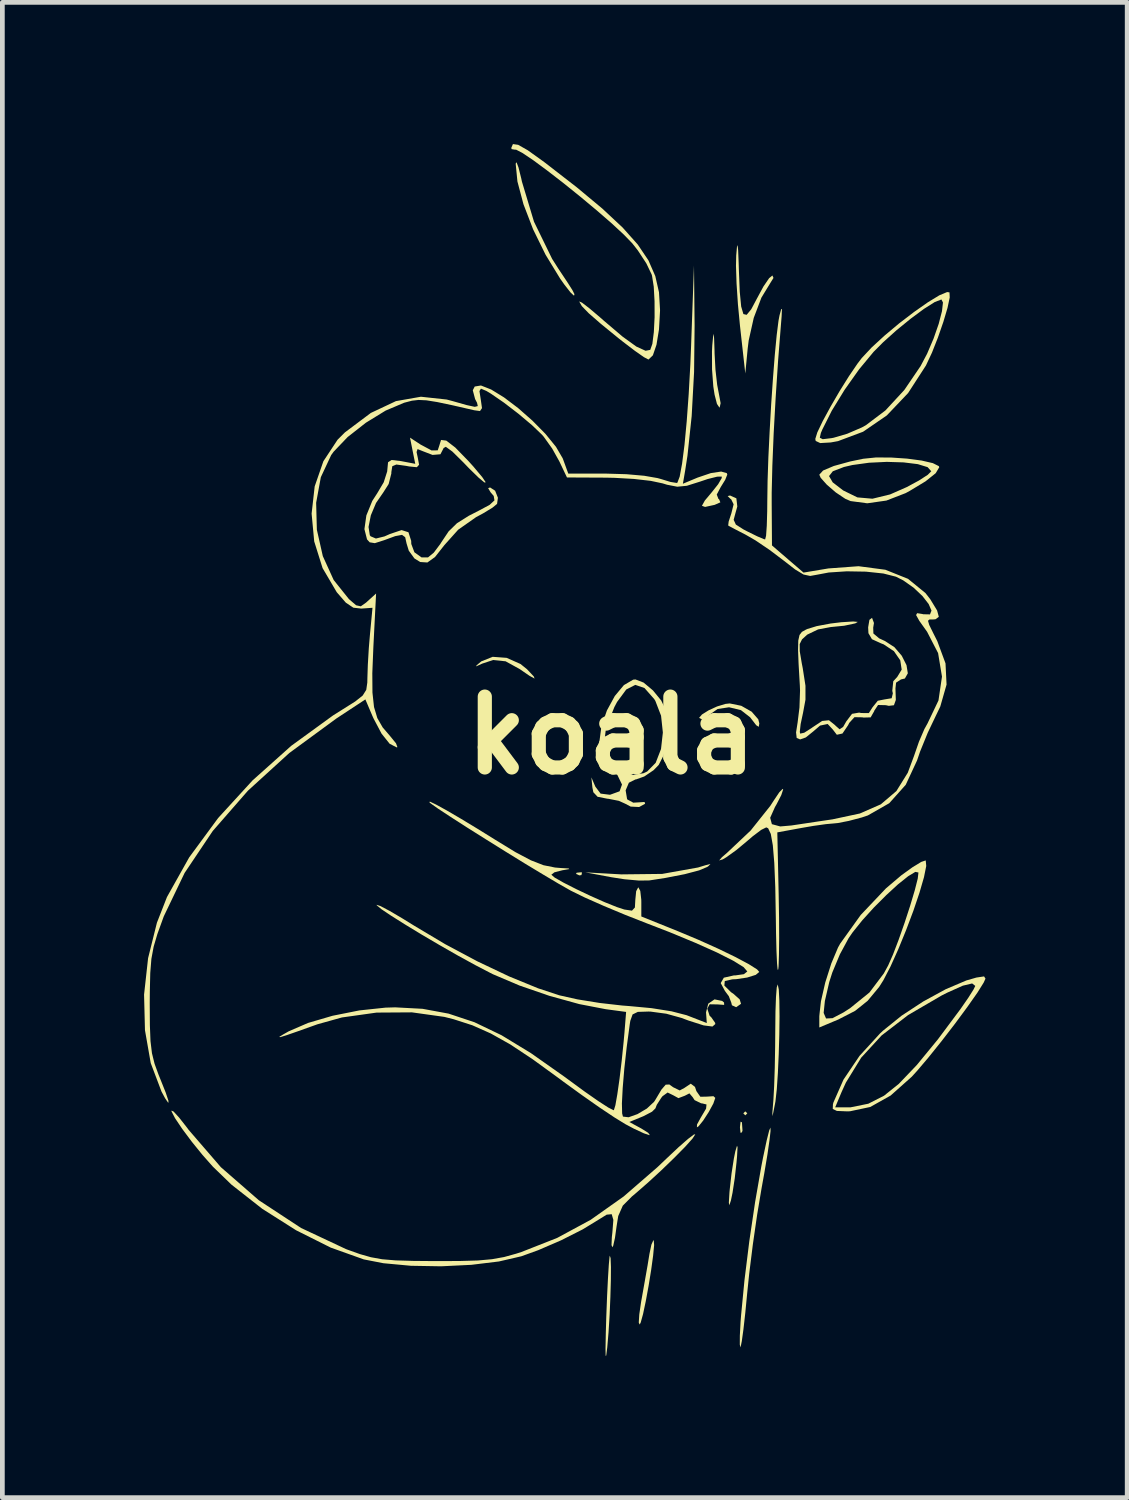
<source format=kicad_pcb>
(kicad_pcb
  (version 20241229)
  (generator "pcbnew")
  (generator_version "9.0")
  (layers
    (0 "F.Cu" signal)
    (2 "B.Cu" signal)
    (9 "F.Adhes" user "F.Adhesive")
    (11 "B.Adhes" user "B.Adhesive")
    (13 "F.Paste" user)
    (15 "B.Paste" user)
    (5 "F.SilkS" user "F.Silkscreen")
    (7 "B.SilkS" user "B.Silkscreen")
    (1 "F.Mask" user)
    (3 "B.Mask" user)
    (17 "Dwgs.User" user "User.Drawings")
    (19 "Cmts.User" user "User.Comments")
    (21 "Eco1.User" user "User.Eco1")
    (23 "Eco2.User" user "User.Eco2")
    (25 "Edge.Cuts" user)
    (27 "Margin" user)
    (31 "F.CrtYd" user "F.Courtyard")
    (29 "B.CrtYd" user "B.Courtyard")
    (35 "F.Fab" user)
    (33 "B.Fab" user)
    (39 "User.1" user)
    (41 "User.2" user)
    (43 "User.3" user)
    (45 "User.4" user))
  (footprint "koala"
    (layer "F.Cu")
    (at 9.892 12.519)
    (property "Reference" "koala" (at 0 0 0) (layer "F.SilkS") (effects (font (size 1.5 1.5) (thickness 0.3))))
    (attr board_only exclude_from_pos_files exclude_from_bom)
    (fp_poly (pts (xy 2.879 8.001) (xy 2.836 8.043) (xy 2.794 8.001) (xy 2.836 7.959)) (stroke (width 0) (type solid)) (fill yes) (layer "F.SilkS"))
    (fp_poly (pts (xy -0.621 2.907) (xy -0.633 2.957) (xy -0.677 2.963) (xy -0.747 2.932) (xy -0.734 2.907) (xy -0.633 2.897)) (stroke (width 0) (type solid)) (fill yes) (layer "F.SilkS"))
    (fp_poly (pts (xy 2.765 8.191) (xy 2.777 8.365) (xy 2.765 8.403) (xy 2.735 8.414) (xy 2.723 8.297) (xy 2.736 8.177)) (stroke (width 0) (type solid)) (fill yes) (layer "F.SilkS"))
    (fp_poly (pts (xy -2.216 -1.642) (xy -1.923 -1.512) (xy -1.784 -1.4) (xy -1.642 -1.249) (xy -1.625 -1.203) (xy -1.734 -1.263) (xy -1.939 -1.404) (xy -2.238 -1.569) (xy -2.503 -1.596) (xy -2.736 -1.519) (xy -2.863 -1.461) (xy -2.851 -1.486) (xy -2.752 -1.568) (xy -2.511 -1.664)) (stroke (width 0) (type solid)) (fill yes) (layer "F.SilkS"))
    (fp_poly (pts (xy 2.672 8.719) (xy 2.662 8.908) (xy 2.65 9.041) (xy 2.613 9.375) (xy 2.566 9.682) (xy 2.532 9.845) (xy 2.498 9.947) (xy 2.488 9.892) (xy 2.501 9.675) (xy 2.507 9.61) (xy 2.545 9.274) (xy 2.594 8.959) (xy 2.625 8.805) (xy 2.661 8.687)) (stroke (width 0) (type solid)) (fill yes) (layer "F.SilkS"))
    (fp_poly (pts (xy 2.058 2.765) (xy 2.032 2.784) (xy 1.859 2.857) (xy 1.552 2.938) (xy 1.146 3.017) (xy 0.804 3.07) (xy 0.586 3.073) (xy 0.277 3.045) (xy 0 3.002) (xy -0.55 2.899) (xy 0.213 2.942) (xy 1.077 2.932) (xy 1.837 2.796) (xy 1.99 2.749) (xy 2.098 2.721)) (stroke (width 0) (type solid)) (fill yes) (layer "F.SilkS"))
    (fp_poly (pts (xy -0.015 11.068) (xy -0.008 11.255) (xy -0.01 11.541) (xy -0.02 11.89) (xy -0.036 12.267) (xy -0.059 12.636) (xy -0.086 12.954) (xy -0.108 13.128) (xy -0.12 13.136) (xy -0.123 12.98) (xy -0.117 12.661) (xy -0.107 12.319) (xy -0.09 11.874) (xy -0.071 11.492) (xy -0.053 11.204) (xy -0.038 11.04) (xy -0.032 11.014)) (stroke (width 0) (type solid)) (fill yes) (layer "F.SilkS"))
    (fp_poly (pts (xy 2.176 -8.402) (xy 2.185 -8.143) (xy 2.186 -8.085) (xy 2.205 -7.739) (xy 2.241 -7.421) (xy 2.28 -7.217) (xy 2.314 -7.034) (xy 2.294 -6.944) (xy 2.286 -6.943) (xy 2.236 -7.019) (xy 2.186 -7.214) (xy 2.159 -7.387) (xy 2.132 -7.75) (xy 2.131 -8.132) (xy 2.137 -8.255) (xy 2.155 -8.45) (xy 2.167 -8.502)) (stroke (width 0) (type solid)) (fill yes) (layer "F.SilkS"))
    (fp_poly (pts (xy 0.898 10.691) (xy 0.906 10.791) (xy 0.885 11.012) (xy 0.844 11.312) (xy 0.79 11.647) (xy 0.73 11.974) (xy 0.672 12.249) (xy 0.622 12.429) (xy 0.6 12.472) (xy 0.581 12.431) (xy 0.592 12.258) (xy 0.631 11.989) (xy 0.643 11.923) (xy 0.707 11.563) (xy 0.767 11.222) (xy 0.807 10.977) (xy 0.848 10.781) (xy 0.888 10.691)) (stroke (width 0) (type solid)) (fill yes) (layer "F.SilkS"))
    (fp_poly (pts (xy -1.965 -12.023) (xy -1.907 -11.792) (xy -1.893 -11.726) (xy -1.637 -10.875) (xy -1.253 -10.088) (xy -1.12 -9.879) (xy -0.932 -9.597) (xy -0.824 -9.427) (xy -0.781 -9.342) (xy -0.787 -9.314) (xy -0.795 -9.313) (xy -0.863 -9.377) (xy -0.991 -9.54) (xy -1.085 -9.673) (xy -1.392 -10.176) (xy -1.656 -10.714) (xy -1.86 -11.245) (xy -1.988 -11.727) (xy -2.025 -12.104) (xy -2.007 -12.135)) (stroke (width 0) (type solid)) (fill yes) (layer "F.SilkS"))
    (fp_poly (pts (xy 2.751 -0.627) (xy 2.971 -0.502) (xy 3.111 -0.341) (xy 3.133 -0.254) (xy 3.121 -0.182) (xy 3.068 -0.215) (xy 2.948 -0.371) (xy 2.938 -0.384) (xy 2.744 -0.535) (xy 2.492 -0.596) (xy 2.249 -0.559) (xy 2.117 -0.466) (xy 1.984 -0.36) (xy 1.916 -0.341) (xy 1.858 -0.372) (xy 1.919 -0.443) (xy 2.058 -0.53) (xy 2.238 -0.613) (xy 2.417 -0.667) (xy 2.507 -0.677)) (stroke (width 0) (type solid)) (fill yes) (layer "F.SilkS"))
    (fp_poly (pts (xy 3.523 5.273) (xy 3.545 5.378) (xy 3.557 5.615) (xy 3.561 5.948) (xy 3.556 6.339) (xy 3.544 6.751) (xy 3.526 7.147) (xy 3.503 7.49) (xy 3.475 7.744) (xy 3.467 7.789) (xy 3.426 7.998) (xy 3.408 8.061) (xy 3.411 7.97) (xy 3.431 7.718) (xy 3.432 7.705) (xy 3.447 7.427) (xy 3.46 7.037) (xy 3.468 6.59) (xy 3.471 6.23) (xy 3.475 5.845) (xy 3.486 5.537) (xy 3.502 5.336) (xy 3.522 5.272)) (stroke (width 0) (type solid)) (fill yes) (layer "F.SilkS"))
    (fp_poly (pts (xy 2.685 -10.268) (xy 2.696 -9.996) (xy 2.7 -9.864) (xy 2.719 -9.392) (xy 2.749 -9.08) (xy 2.796 -8.92) (xy 2.865 -8.904) (xy 2.962 -9.022) (xy 3.086 -9.255) (xy 3.221 -9.505) (xy 3.34 -9.679) (xy 3.41 -9.737) (xy 3.433 -9.685) (xy 3.373 -9.589) (xy 3.178 -9.269) (xy 3.015 -8.839) (xy 2.908 -8.36) (xy 2.887 -8.191) (xy 2.836 -7.662) (xy 2.723 -8.678) (xy 2.68 -9.129) (xy 2.651 -9.568) (xy 2.639 -9.941) (xy 2.644 -10.16) (xy 2.66 -10.343) (xy 2.673 -10.381)) (stroke (width 0) (type solid)) (fill yes) (layer "F.SilkS"))
    (fp_poly (pts (xy 3.371 8.374) (xy 3.349 8.567) (xy 3.305 8.872) (xy 3.237 9.276) (xy 3.18 9.591) (xy 3.087 10.147) (xy 2.996 10.777) (xy 2.919 11.395) (xy 2.876 11.811) (xy 2.836 12.225) (xy 2.797 12.574) (xy 2.762 12.826) (xy 2.737 12.948) (xy 2.734 12.954) (xy 2.72 12.896) (xy 2.721 12.705) (xy 2.736 12.417) (xy 2.747 12.277) (xy 2.819 11.533) (xy 2.921 10.708) (xy 3.044 9.879) (xy 3.176 9.121) (xy 3.213 8.932) (xy 3.29 8.57) (xy 3.342 8.364) (xy 3.369 8.302)) (stroke (width 0) (type solid)) (fill yes) (layer "F.SilkS"))
    (fp_poly (pts (xy 5.923 -5.883) (xy 6.26 -5.86) (xy 6.569 -5.819) (xy 6.807 -5.764) (xy 6.933 -5.701) (xy 6.943 -5.678) (xy 6.867 -5.551) (xy 6.652 -5.379) (xy 6.318 -5.177) (xy 6.232 -5.13) (xy 5.824 -4.972) (xy 5.418 -4.914) (xy 5.065 -4.961) (xy 4.953 -5.009) (xy 4.752 -5.144) (xy 4.562 -5.308) (xy 4.432 -5.454) (xy 4.416 -5.49) (xy 4.609 -5.49) (xy 4.687 -5.357) (xy 4.909 -5.186) (xy 5.209 -5.039) (xy 5.528 -5.011) (xy 5.902 -5.102) (xy 6.252 -5.256) (xy 6.512 -5.396) (xy 6.699 -5.517) (xy 6.773 -5.592) (xy 6.773 -5.593) (xy 6.696 -5.679) (xy 6.488 -5.743) (xy 6.187 -5.78) (xy 5.831 -5.791) (xy 5.457 -5.773) (xy 5.103 -5.724) (xy 4.926 -5.683) (xy 4.689 -5.592) (xy 4.609 -5.49) (xy 4.416 -5.49) (xy 4.403 -5.52) (xy 4.483 -5.608) (xy 4.71 -5.704) (xy 5.059 -5.8) (xy 5.334 -5.857) (xy 5.6 -5.884)) (stroke (width 0) (type solid)) (fill yes) (layer "F.SilkS"))
    (fp_poly (pts (xy 7.921 5.149) (xy 7.882 5.235) (xy 7.75 5.446) (xy 7.538 5.748) (xy 7.276 6.103) (xy 6.991 6.473) (xy 6.713 6.819) (xy 6.471 7.104) (xy 6.361 7.225) (xy 5.913 7.624) (xy 5.482 7.866) (xy 5.053 7.957) (xy 4.993 7.959) (xy 4.775 7.95) (xy 4.688 7.908) (xy 4.689 7.874) (xy 4.739 7.874) (xy 5.062 7.874) (xy 5.441 7.797) (xy 5.773 7.628) (xy 6.086 7.377) (xy 6.468 6.977) (xy 6.913 6.435) (xy 7.394 5.79) (xy 7.556 5.556) (xy 7.668 5.379) (xy 7.705 5.303) (xy 7.639 5.251) (xy 7.442 5.298) (xy 7.112 5.446) (xy 6.995 5.505) (xy 6.285 5.919) (xy 5.723 6.351) (xy 5.29 6.822) (xy 4.965 7.351) (xy 4.872 7.556) (xy 4.739 7.874) (xy 4.689 7.874) (xy 4.692 7.807) (xy 4.703 7.768) (xy 4.915 7.287) (xy 5.254 6.785) (xy 5.69 6.308) (xy 5.749 6.253) (xy 6.143 5.935) (xy 6.603 5.633) (xy 7.078 5.374) (xy 7.515 5.188) (xy 7.73 5.126) (xy 7.891 5.102)) (stroke (width 0) (type solid)) (fill yes) (layer "F.SilkS"))
    (fp_poly (pts (xy 6.656 2.649) (xy 6.667 2.764) (xy 6.619 3.002) (xy 6.524 3.329) (xy 6.394 3.714) (xy 6.24 4.123) (xy 6.075 4.527) (xy 5.911 4.891) (xy 5.759 5.184) (xy 5.669 5.326) (xy 5.426 5.619) (xy 5.16 5.832) (xy 4.806 6.014) (xy 4.72 6.05) (xy 4.403 6.183) (xy 4.403 5.946) (xy 4.41 5.875) (xy 4.495 5.875) (xy 4.546 5.993) (xy 4.683 5.986) (xy 4.914 5.865) (xy 5.053 5.776) (xy 5.464 5.443) (xy 5.768 5.04) (xy 5.862 4.868) (xy 5.963 4.639) (xy 6.083 4.325) (xy 6.209 3.966) (xy 6.327 3.604) (xy 6.424 3.279) (xy 6.487 3.031) (xy 6.502 2.902) (xy 6.436 2.889) (xy 6.284 2.981) (xy 6.07 3.152) (xy 5.821 3.381) (xy 5.561 3.641) (xy 5.316 3.911) (xy 5.11 4.167) (xy 5.024 4.292) (xy 4.839 4.634) (xy 4.678 5.02) (xy 4.614 5.221) (xy 4.521 5.622) (xy 4.495 5.875) (xy 4.41 5.875) (xy 4.438 5.628) (xy 4.529 5.231) (xy 4.657 4.828) (xy 4.799 4.491) (xy 4.845 4.408) (xy 5.28 3.801) (xy 5.815 3.237) (xy 6.138 2.963) (xy 6.376 2.791) (xy 6.561 2.678) (xy 6.654 2.647)) (stroke (width 0) (type solid)) (fill yes) (layer "F.SilkS"))
    (fp_poly (pts (xy -1.972 -12.503) (xy -1.769 -12.388) (xy -1.458 -12.165) (xy -1.409 -12.129) (xy -0.732 -11.604) (xy -0.187 -11.15) (xy 0.239 -10.752) (xy 0.559 -10.393) (xy 0.786 -10.056) (xy 0.931 -9.724) (xy 1.009 -9.382) (xy 1.031 -9.013) (xy 1.031 -8.987) (xy 1.009 -8.594) (xy 0.956 -8.27) (xy 0.88 -8.047) (xy 0.789 -7.959) (xy 0.783 -7.959) (xy 0.69 -8.008) (xy 0.501 -8.14) (xy 0.252 -8.33) (xy 0.159 -8.403) (xy -0.221 -8.713) (xy -0.478 -8.937) (xy -0.625 -9.089) (xy -0.677 -9.18) (xy -0.677 -9.187) (xy -0.62 -9.161) (xy -0.466 -9.043) (xy -0.245 -8.856) (xy -0.154 -8.776) (xy 0.239 -8.442) (xy 0.53 -8.232) (xy 0.725 -8.143) (xy 0.824 -8.162) (xy 0.869 -8.29) (xy 0.9 -8.538) (xy 0.916 -8.855) (xy 0.915 -9.193) (xy 0.898 -9.5) (xy 0.862 -9.729) (xy 0.853 -9.76) (xy 0.741 -9.993) (xy 0.561 -10.268) (xy 0.444 -10.417) (xy 0.266 -10.601) (xy 0.007 -10.841) (xy -0.31 -11.116) (xy -0.659 -11.407) (xy -1.015 -11.694) (xy -1.354 -11.956) (xy -1.65 -12.175) (xy -1.879 -12.329) (xy -2.015 -12.4) (xy -2.038 -12.4) (xy -2.112 -12.412) (xy -2.117 -12.441) (xy -2.083 -12.519)) (stroke (width 0) (type solid)) (fill yes) (layer "F.SilkS"))
    (fp_poly (pts (xy 7.159 -9.379) (xy 7.164 -9.272) (xy 7.117 -9.05) (xy 7.029 -8.754) (xy 6.915 -8.425) (xy 6.788 -8.103) (xy 6.661 -7.832) (xy 6.283 -7.248) (xy 5.832 -6.774) (xy 5.33 -6.429) (xy 4.799 -6.23) (xy 4.645 -6.202) (xy 4.422 -6.189) (xy 4.327 -6.234) (xy 4.318 -6.277) (xy 4.326 -6.302) (xy 4.414 -6.302) (xy 4.476 -6.271) (xy 4.659 -6.293) (xy 4.707 -6.302) (xy 4.993 -6.386) (xy 5.304 -6.52) (xy 5.389 -6.567) (xy 5.802 -6.879) (xy 6.202 -7.312) (xy 6.547 -7.819) (xy 6.685 -8.08) (xy 6.822 -8.401) (xy 6.931 -8.714) (xy 7 -8.981) (xy 7.021 -9.165) (xy 6.988 -9.229) (xy 6.848 -9.175) (xy 6.62 -9.031) (xy 6.339 -8.823) (xy 6.039 -8.579) (xy 5.755 -8.324) (xy 5.553 -8.121) (xy 5.247 -7.752) (xy 4.938 -7.316) (xy 4.666 -6.872) (xy 4.467 -6.476) (xy 4.436 -6.402) (xy 4.414 -6.302) (xy 4.326 -6.302) (xy 4.361 -6.415) (xy 4.476 -6.655) (xy 4.641 -6.959) (xy 4.833 -7.289) (xy 5.031 -7.606) (xy 5.213 -7.873) (xy 5.301 -7.988) (xy 5.51 -8.212) (xy 5.783 -8.463) (xy 6.091 -8.721) (xy 6.407 -8.963) (xy 6.701 -9.169) (xy 6.944 -9.317) (xy 7.109 -9.386)) (stroke (width 0) (type solid)) (fill yes) (layer "F.SilkS"))
    (fp_poly (pts (xy 0.684 -1.118) (xy 0.882 -0.952) (xy 1.057 -0.738) (xy 1.155 -0.532) (xy 1.177 -0.329) (xy 1.175 -0.043) (xy 1.164 0.105) (xy 1.11 0.416) (xy 1.003 0.625) (xy 0.895 0.736) (xy 0.698 0.869) (xy 0.525 0.931) (xy 0.513 0.931) (xy 0.372 1.001) (xy 0.303 1.163) (xy 0.333 1.344) (xy 0.34 1.357) (xy 0.465 1.424) (xy 0.584 1.417) (xy 0.704 1.409) (xy 0.715 1.447) (xy 0.589 1.516) (xy 0.41 1.507) (xy 0.292 1.445) (xy 0.159 1.385) (xy -0.06 1.342) (xy -0.085 1.34) (xy -0.291 1.299) (xy -0.381 1.203) (xy -0.401 1.101) (xy -0.422 0.889) (xy -0.338 1.085) (xy -0.227 1.232) (xy -0.035 1.256) (xy -0.023 1.255) (xy 0.175 1.183) (xy 0.226 1.04) (xy 0.127 0.835) (xy 0.004 0.695) (xy -0.19 0.441) (xy -0.24 0.229) (xy -0.16 0.229) (xy -0.08 0.527) (xy 0.126 0.728) (xy 0.196 0.761) (xy 0.463 0.835) (xy 0.68 0.801) (xy 0.759 0.764) (xy 0.939 0.58) (xy 1.052 0.288) (xy 1.091 -0.061) (xy 1.053 -0.417) (xy 0.932 -0.731) (xy 0.907 -0.771) (xy 0.702 -1.003) (xy 0.508 -1.07) (xy 0.316 -0.972) (xy 0.121 -0.707) (xy 0.064 -0.599) (xy -0.113 -0.152) (xy -0.16 0.229) (xy -0.24 0.229) (xy -0.254 0.174) (xy -0.254 0.144) (xy -0.21 -0.19) (xy -0.093 -0.529) (xy 0.074 -0.835) (xy 0.266 -1.065) (xy 0.462 -1.18) (xy 0.511 -1.185)) (stroke (width 0) (type solid)) (fill yes) (layer "F.SilkS"))
    (fp_poly (pts (xy -9.268 7.962) (xy -9.149 8.092) (xy -8.98 8.307) (xy -8.947 8.352) (xy -8.266 9.141) (xy -7.462 9.841) (xy -6.568 10.428) (xy -5.619 10.874) (xy -5.588 10.886) (xy -5.322 10.981) (xy -5.09 11.047) (xy -4.852 11.09) (xy -4.565 11.114) (xy -4.188 11.125) (xy -3.725 11.129) (xy -3.212 11.127) (xy -2.826 11.116) (xy -2.527 11.089) (xy -2.271 11.043) (xy -2.018 10.973) (xy -1.905 10.937) (xy -1.146 10.638) (xy -0.436 10.254) (xy 0.261 9.761) (xy 0.978 9.139) (xy 1.164 8.962) (xy 1.419 8.722) (xy 1.622 8.544) (xy 1.748 8.449) (xy 1.778 8.445) (xy 1.719 8.535) (xy 1.562 8.71) (xy 1.333 8.942) (xy 1.062 9.204) (xy 0.776 9.467) (xy 0.503 9.705) (xy 0.436 9.761) (xy 0.243 9.955) (xy 0.146 10.175) (xy 0.111 10.395) (xy 0.077 10.639) (xy 0.04 10.803) (xy 0.023 10.837) (xy 0.004 10.79) (xy 0.011 10.622) (xy 0.022 10.525) (xy 0.043 10.257) (xy 0.008 10.136) (xy -0.099 10.146) (xy -0.244 10.236) (xy -0.605 10.457) (xy -1.062 10.688) (xy -1.548 10.898) (xy -1.905 11.027) (xy -2.38 11.137) (xy -2.965 11.208) (xy -3.605 11.239) (xy -4.243 11.228) (xy -4.825 11.174) (xy -5.241 11.093) (xy -5.941 10.843) (xy -6.674 10.476) (xy -7.39 10.022) (xy -8.041 9.511) (xy -8.435 9.13) (xy -8.657 8.879) (xy -8.883 8.6) (xy -9.085 8.329) (xy -9.236 8.104) (xy -9.31 7.961) (xy -9.313 7.943)) (stroke (width 0) (type solid)) (fill yes) (layer "F.SilkS"))
    (fp_poly (pts (xy -3.712 1.463) (xy -3.485 1.588) (xy -3.184 1.764) (xy -2.832 1.977) (xy -2.455 2.211) (xy -2.03 2.471) (xy -1.703 2.644) (xy -1.436 2.748) (xy -1.192 2.797) (xy -1.074 2.807) (xy -0.902 2.817) (xy -0.891 2.83) (xy -1.037 2.855) (xy -1.037 2.855) (xy -1.206 2.899) (xy -1.27 2.949) (xy -1.198 3.011) (xy -1.01 3.118) (xy -0.745 3.253) (xy -0.442 3.397) (xy -0.142 3.53) (xy 0.117 3.634) (xy 0.275 3.686) (xy 0.437 3.71) (xy 0.499 3.643) (xy 0.508 3.481) (xy 0.526 3.298) (xy 0.569 3.217) (xy 0.572 3.217) (xy 0.613 3.292) (xy 0.634 3.476) (xy 0.635 3.525) (xy 0.635 3.833) (xy 1.405 4.143) (xy 1.844 4.327) (xy 2.26 4.514) (xy 2.624 4.69) (xy 2.909 4.842) (xy 3.086 4.954) (xy 3.132 5.007) (xy 3.058 5.069) (xy 2.876 5.126) (xy 2.647 5.16) (xy 2.561 5.164) (xy 2.402 5.2) (xy 2.393 5.296) (xy 2.534 5.436) (xy 2.582 5.468) (xy 2.717 5.588) (xy 2.746 5.682) (xy 2.746 5.682) (xy 2.643 5.754) (xy 2.553 5.713) (xy 2.54 5.658) (xy 2.488 5.522) (xy 2.405 5.41) (xy 2.316 5.243) (xy 2.382 5.129) (xy 2.594 5.081) (xy 2.63 5.08) (xy 2.806 5.055) (xy 2.879 4.997) (xy 2.801 4.906) (xy 2.581 4.77) (xy 2.235 4.595) (xy 1.781 4.392) (xy 1.236 4.166) (xy 0.752 3.979) (xy 0.294 3.799) (xy -0.161 3.609) (xy -0.561 3.432) (xy -0.855 3.288) (xy -0.869 3.28) (xy -1.109 3.144) (xy -1.436 2.95) (xy -1.822 2.717) (xy -2.239 2.46) (xy -2.659 2.198) (xy -3.056 1.948) (xy -3.401 1.726) (xy -3.667 1.551) (xy -3.825 1.439) (xy -3.852 1.416) (xy -3.842 1.401)) (stroke (width 0) (type solid)) (fill yes) (layer "F.SilkS"))
    (fp_poly (pts (xy -4.039 -6.158) (xy -3.805 -6.033) (xy -3.675 -6.035) (xy -3.641 -6.138) (xy -3.605 -6.255) (xy -3.494 -6.241) (xy -3.303 -6.094) (xy -3.026 -5.809) (xy -2.922 -5.694) (xy -2.734 -5.47) (xy -2.659 -5.358) (xy -2.688 -5.355) (xy -2.81 -5.457) (xy -3.017 -5.659) (xy -3.132 -5.779) (xy -3.366 -6.01) (xy -3.504 -6.11) (xy -3.554 -6.082) (xy -3.554 -6.075) (xy -3.618 -5.952) (xy -3.785 -5.938) (xy -3.988 -6.016) (xy -4.102 -6.062) (xy -4.123 -5.999) (xy -4.097 -5.877) (xy -4.07 -5.73) (xy -4.117 -5.678) (xy -4.279 -5.694) (xy -4.348 -5.707) (xy -4.551 -5.735) (xy -4.637 -5.699) (xy -4.657 -5.574) (xy -4.657 -5.546) (xy -4.714 -5.322) (xy -4.828 -5.143) (xy -4.981 -4.921) (xy -5.091 -4.66) (xy -5.14 -4.413) (xy -5.113 -4.238) (xy -5.095 -4.215) (xy -4.984 -4.168) (xy -4.802 -4.213) (xy -4.687 -4.264) (xy -4.44 -4.347) (xy -4.295 -4.301) (xy -4.237 -4.119) (xy -4.235 -4.053) (xy -4.169 -3.877) (xy -4.019 -3.769) (xy -3.88 -3.769) (xy -3.759 -3.869) (xy -3.62 -4.054) (xy -3.599 -4.088) (xy -3.444 -4.32) (xy -3.268 -4.492) (xy -3.017 -4.65) (xy -2.815 -4.753) (xy -2.576 -4.881) (xy -2.474 -4.976) (xy -2.49 -5.07) (xy -2.557 -5.148) (xy -2.608 -5.235) (xy -2.566 -5.249) (xy -2.46 -5.18) (xy -2.401 -5.031) (xy -2.419 -4.901) (xy -2.517 -4.821) (xy -2.716 -4.7) (xy -2.863 -4.621) (xy -3.242 -4.355) (xy -3.533 -4.03) (xy -3.733 -3.776) (xy -3.894 -3.661) (xy -4.047 -3.671) (xy -4.169 -3.747) (xy -4.288 -3.911) (xy -4.335 -4.064) (xy -4.364 -4.196) (xy -4.431 -4.246) (xy -4.575 -4.219) (xy -4.809 -4.133) (xy -5.007 -4.07) (xy -5.116 -4.088) (xy -5.172 -4.15) (xy -5.227 -4.367) (xy -5.186 -4.657) (xy -5.061 -4.964) (xy -4.957 -5.125) (xy -4.818 -5.36) (xy -4.745 -5.589) (xy -4.741 -5.634) (xy -4.727 -5.783) (xy -4.652 -5.831) (xy -4.466 -5.809) (xy -4.446 -5.806) (xy -4.151 -5.75) (xy -4.207 -6.027) (xy -4.262 -6.304)) (stroke (width 0) (type solid)) (fill yes) (layer "F.SilkS"))
    (fp_poly (pts (xy 5.52 -2.488) (xy 5.56 -2.38) (xy 5.544 -2.282) (xy 5.548 -2.158) (xy 5.67 -2.055) (xy 5.795 -1.997) (xy 5.993 -1.868) (xy 6.149 -1.686) (xy 6.249 -1.488) (xy 6.277 -1.315) (xy 6.215 -1.205) (xy 6.132 -1.185) (xy 6.028 -1.117) (xy 6.015 -0.995) (xy 6.023 -0.751) (xy 5.983 -0.639) (xy 5.875 -0.626) (xy 5.811 -0.64) (xy 5.647 -0.644) (xy 5.568 -0.525) (xy 5.564 -0.511) (xy 5.49 -0.382) (xy 5.336 -0.378) (xy 5.315 -0.383) (xy 5.147 -0.386) (xy 5.036 -0.264) (xy 5.013 -0.217) (xy 4.893 -0.04) (xy 4.774 -0.014) (xy 4.687 -0.127) (xy 4.58 -0.242) (xy 4.419 -0.208) (xy 4.276 -0.085) (xy 4.117 0.043) (xy 3.998 0.085) (xy 3.924 0.054) (xy 3.911 -0.064) (xy 3.944 -0.275) (xy 3.983 -0.591) (xy 3.995 -0.948) (xy 3.991 -1.058) (xy 3.965 -1.505) (xy 3.953 -1.812) (xy 3.958 -2.009) (xy 3.984 -2.126) (xy 4.035 -2.192) (xy 4.115 -2.237) (xy 4.149 -2.253) (xy 4.349 -2.314) (xy 4.643 -2.369) (xy 4.868 -2.396) (xy 5.119 -2.412) (xy 5.218 -2.403) (xy 5.165 -2.372) (xy 4.93 -2.322) (xy 4.655 -2.295) (xy 4.645 -2.294) (xy 4.377 -2.244) (xy 4.15 -2.135) (xy 4.14 -2.127) (xy 4.037 -2.033) (xy 3.988 -1.934) (xy 3.989 -1.782) (xy 4.032 -1.527) (xy 4.052 -1.425) (xy 4.11 -1.052) (xy 4.11 -0.756) (xy 4.059 -0.48) (xy 4.008 -0.24) (xy 3.99 -0.075) (xy 3.998 -0.038) (xy 4.084 -0.057) (xy 4.239 -0.156) (xy 4.255 -0.168) (xy 4.463 -0.306) (xy 4.607 -0.321) (xy 4.737 -0.217) (xy 4.747 -0.205) (xy 4.833 -0.13) (xy 4.907 -0.179) (xy 4.975 -0.298) (xy 5.096 -0.457) (xy 5.247 -0.483) (xy 5.289 -0.474) (xy 5.452 -0.473) (xy 5.528 -0.593) (xy 5.641 -0.734) (xy 5.784 -0.762) (xy 5.935 -0.787) (xy 5.96 -0.891) (xy 5.948 -0.944) (xy 5.969 -1.147) (xy 6.052 -1.237) (xy 6.147 -1.393) (xy 6.117 -1.589) (xy 5.983 -1.783) (xy 5.765 -1.928) (xy 5.712 -1.948) (xy 5.517 -2.037) (xy 5.443 -2.164) (xy 5.437 -2.288) (xy 5.464 -2.447) (xy 5.518 -2.488)) (stroke (width 0) (type solid)) (fill yes) (layer "F.SilkS"))
    (fp_poly (pts (xy 3.612 -9.024) (xy 3.605 -8.867) (xy 3.593 -8.721) (xy 3.531 -7.939) (xy 3.479 -7.151) (xy 3.437 -6.395) (xy 3.409 -5.711) (xy 3.395 -5.137) (xy 3.395 -4.911) (xy 3.401 -4.022) (xy 3.735 -3.734) (xy 4.069 -3.447) (xy 4.596 -3.535) (xy 5.234 -3.582) (xy 5.802 -3.507) (xy 6.281 -3.315) (xy 6.651 -3.013) (xy 6.752 -2.883) (xy 6.897 -2.645) (xy 6.933 -2.511) (xy 6.863 -2.459) (xy 6.816 -2.455) (xy 6.734 -2.454) (xy 6.704 -2.427) (xy 6.73 -2.339) (xy 6.821 -2.154) (xy 6.901 -1.996) (xy 7.075 -1.525) (xy 7.097 -1.076) (xy 6.964 -0.611) (xy 6.869 -0.414) (xy 6.699 -0.057) (xy 6.537 0.341) (xy 6.472 0.531) (xy 6.233 1.045) (xy 5.884 1.435) (xy 5.431 1.694) (xy 5.303 1.737) (xy 5.027 1.81) (xy 4.795 1.855) (xy 4.715 1.863) (xy 4.545 1.878) (xy 4.275 1.916) (xy 4.031 1.958) (xy 3.514 2.053) (xy 3.543 3.376) (xy 3.551 3.853) (xy 3.553 4.288) (xy 3.549 4.645) (xy 3.541 4.887) (xy 3.534 4.953) (xy 3.521 4.962) (xy 3.508 4.823) (xy 3.496 4.558) (xy 3.487 4.19) (xy 3.483 3.895) (xy 3.471 3.219) (xy 3.45 2.7) (xy 3.419 2.327) (xy 3.376 2.086) (xy 3.32 1.966) (xy 3.28 1.947) (xy 3.173 2) (xy 2.994 2.135) (xy 2.875 2.237) (xy 2.646 2.428) (xy 2.432 2.581) (xy 2.357 2.625) (xy 2.283 2.647) (xy 2.343 2.577) (xy 2.446 2.489) (xy 2.95 2.013) (xy 3.366 1.491) (xy 3.441 1.375) (xy 3.556 1.204) (xy 3.627 1.132) (xy 3.638 1.143) (xy 3.598 1.264) (xy 3.497 1.46) (xy 3.465 1.515) (xy 3.363 1.744) (xy 3.399 1.879) (xy 3.576 1.927) (xy 3.81 1.907) (xy 4.051 1.871) (xy 4.383 1.821) (xy 4.682 1.777) (xy 5.262 1.653) (xy 5.705 1.459) (xy 6.035 1.178) (xy 6.276 0.79) (xy 6.408 0.435) (xy 6.513 0.132) (xy 6.628 -0.135) (xy 6.694 -0.254) (xy 6.926 -0.74) (xy 7 -1.245) (xy 6.918 -1.742) (xy 6.685 -2.194) (xy 6.52 -2.426) (xy 6.452 -2.548) (xy 6.474 -2.588) (xy 6.581 -2.571) (xy 6.604 -2.565) (xy 6.746 -2.562) (xy 6.778 -2.643) (xy 6.718 -2.781) (xy 6.586 -2.951) (xy 6.4 -3.127) (xy 6.18 -3.282) (xy 6.026 -3.36) (xy 5.758 -3.428) (xy 5.389 -3.467) (xy 4.983 -3.474) (xy 4.604 -3.449) (xy 4.36 -3.403) (xy 4.21 -3.376) (xy 4.069 -3.406) (xy 3.892 -3.513) (xy 3.647 -3.703) (xy 3.352 -3.926) (xy 3.05 -4.13) (xy 2.842 -4.25) (xy 2.632 -4.358) (xy 2.497 -4.43) (xy 2.474 -4.444) (xy 2.484 -4.527) (xy 2.541 -4.701) (xy 2.541 -4.701) (xy 2.589 -4.893) (xy 2.538 -4.997) (xy 2.522 -5.008) (xy 2.463 -5.067) (xy 2.514 -5.079) (xy 2.647 -5.019) (xy 2.667 -4.846) (xy 2.628 -4.707) (xy 2.59 -4.564) (xy 2.636 -4.464) (xy 2.797 -4.361) (xy 2.878 -4.319) (xy 3.089 -4.215) (xy 3.231 -4.155) (xy 3.256 -4.149) (xy 3.276 -4.227) (xy 3.291 -4.439) (xy 3.3 -4.747) (xy 3.302 -4.972) (xy 3.308 -5.39) (xy 3.325 -5.891) (xy 3.352 -6.442) (xy 3.384 -7.008) (xy 3.422 -7.558) (xy 3.461 -8.058) (xy 3.501 -8.475) (xy 3.539 -8.777) (xy 3.56 -8.89) (xy 3.598 -9.028)) (stroke (width 0) (type solid)) (fill yes) (layer "F.SilkS"))
    (fp_poly (pts (xy -4.887 3.613) (xy -4.694 3.715) (xy -4.422 3.875) (xy -4.181 4.024) (xy -3.522 4.417) (xy -2.836 4.783) (xy -2.164 5.102) (xy -1.55 5.354) (xy -1.101 5.502) (xy -0.717 5.588) (xy -0.247 5.664) (xy 0.227 5.718) (xy 0.381 5.73) (xy 0.852 5.774) (xy 1.275 5.841) (xy 1.592 5.923) (xy 1.624 5.935) (xy 2.021 6.089) (xy 2.005 5.863) (xy 2.052 5.679) (xy 2.185 5.588) (xy 2.346 5.621) (xy 2.386 5.654) (xy 2.389 5.705) (xy 2.25 5.695) (xy 2.082 5.692) (xy 2.032 5.784) (xy 2.032 5.785) (xy 2.08 5.933) (xy 2.117 5.969) (xy 2.198 6.085) (xy 2.201 6.111) (xy 2.141 6.163) (xy 1.954 6.139) (xy 1.632 6.036) (xy 1.482 5.98) (xy 1.164 5.892) (xy 0.83 5.847) (xy 0.787 5.846) (xy 0.561 5.853) (xy 0.45 5.907) (xy 0.402 6.042) (xy 0.39 6.117) (xy 0.326 6.595) (xy 0.275 7.054) (xy 0.241 7.463) (xy 0.224 7.79) (xy 0.229 8.003) (xy 0.246 8.07) (xy 0.366 8.084) (xy 0.554 8.017) (xy 0.753 7.899) (xy 0.903 7.759) (xy 0.926 7.725) (xy 1.062 7.497) (xy 1.151 7.394) (xy 1.228 7.39) (xy 1.309 7.448) (xy 1.448 7.516) (xy 1.545 7.464) (xy 1.682 7.373) (xy 1.771 7.441) (xy 1.801 7.53) (xy 1.885 7.65) (xy 2.023 7.647) (xy 2.162 7.638) (xy 2.201 7.674) (xy 2.16 7.793) (xy 2.062 7.973) (xy 1.944 8.155) (xy 1.845 8.277) (xy 1.812 8.297) (xy 1.814 8.237) (xy 1.893 8.092) (xy 1.895 8.089) (xy 2.006 7.901) (xy 2.015 7.813) (xy 1.921 7.79) (xy 1.902 7.789) (xy 1.762 7.721) (xy 1.723 7.66) (xy 1.653 7.578) (xy 1.556 7.628) (xy 1.421 7.679) (xy 1.31 7.618) (xy 1.192 7.56) (xy 1.084 7.638) (xy 1.058 7.671) (xy 0.962 7.821) (xy 0.934 7.895) (xy 0.862 7.966) (xy 0.689 8.057) (xy 0.656 8.071) (xy 0.381 8.184) (xy 0.635 8.322) (xy 0.78 8.413) (xy 0.814 8.46) (xy 0.804 8.462) (xy 0.689 8.424) (xy 0.479 8.326) (xy 0.296 8.229) (xy 0.07 8.09) (xy -0.252 7.875) (xy -0.628 7.611) (xy -1.021 7.326) (xy -1.101 7.266) (xy -1.665 6.856) (xy -2.137 6.543) (xy -2.552 6.31) (xy -2.941 6.137) (xy -3.337 6.009) (xy -3.534 5.959) (xy -4.221 5.863) (xy -4.969 5.868) (xy -5.704 5.971) (xy -6.223 6.116) (xy -6.623 6.259) (xy -6.879 6.348) (xy -7.01 6.388) (xy -7.031 6.383) (xy -6.958 6.337) (xy -6.831 6.265) (xy -6.42 6.087) (xy -5.901 5.935) (xy -5.334 5.822) (xy -4.78 5.763) (xy -4.576 5.757) (xy -3.996 5.788) (xy -3.445 5.89) (xy -2.898 6.072) (xy -2.325 6.347) (xy -1.701 6.727) (xy -0.998 7.222) (xy -0.904 7.291) (xy -0.567 7.538) (xy -0.278 7.74) (xy -0.066 7.877) (xy 0.045 7.934) (xy 0.054 7.933) (xy 0.086 7.83) (xy 0.127 7.596) (xy 0.174 7.268) (xy 0.22 6.884) (xy 0.261 6.482) (xy 0.278 6.293) (xy 0.313 5.854) (xy -0.119 5.796) (xy -0.679 5.688) (xy -1.312 5.513) (xy -1.944 5.295) (xy -2.504 5.057) (xy -2.564 5.027) (xy -2.879 4.863) (xy -3.244 4.663) (xy -3.631 4.442) (xy -4.014 4.217) (xy -4.366 4.003) (xy -4.66 3.818) (xy -4.869 3.678) (xy -4.966 3.597) (xy -4.969 3.586)) (stroke (width 0) (type solid)) (fill yes) (layer "F.SilkS"))
    (fp_poly (pts (xy 1.763 -8.678) (xy 1.752 -7.694) (xy 1.701 -6.76) (xy 1.612 -5.922) (xy 1.563 -5.606) (xy 1.515 -5.328) (xy 1.826 -5.458) (xy 2.106 -5.553) (xy 2.325 -5.586) (xy 2.444 -5.553) (xy 2.455 -5.522) (xy 2.411 -5.411) (xy 2.317 -5.259) (xy 2.232 -5.099) (xy 2.267 -5.008) (xy 2.282 -4.998) (xy 2.308 -4.934) (xy 2.187 -4.881) (xy 1.985 -4.837) (xy 1.918 -4.861) (xy 1.98 -4.973) (xy 2.113 -5.131) (xy 2.261 -5.317) (xy 2.337 -5.448) (xy 2.338 -5.48) (xy 2.241 -5.478) (xy 2.038 -5.427) (xy 1.872 -5.371) (xy 1.599 -5.285) (xy 1.396 -5.265) (xy 1.18 -5.307) (xy 1.085 -5.336) (xy 0.834 -5.389) (xy 0.475 -5.43) (xy 0.068 -5.453) (xy -0.11 -5.457) (xy -0.939 -5.461) (xy -1.1 -5.8) (xy -1.253 -6.074) (xy -1.43 -6.322) (xy -1.466 -6.364) (xy -1.677 -6.566) (xy -1.966 -6.809) (xy -2.276 -7.047) (xy -2.549 -7.235) (xy -2.646 -7.293) (xy -2.76 -7.341) (xy -2.792 -7.29) (xy -2.764 -7.112) (xy -2.738 -6.929) (xy -2.78 -6.867) (xy -2.9 -6.883) (xy -3.357 -6.988) (xy -3.684 -7.057) (xy -3.914 -7.094) (xy -4.082 -7.102) (xy -4.221 -7.086) (xy -4.366 -7.048) (xy -4.388 -7.042) (xy -4.779 -6.876) (xy -5.197 -6.619) (xy -5.583 -6.316) (xy -5.879 -6.006) (xy -5.931 -5.934) (xy -6.15 -5.466) (xy -6.249 -4.925) (xy -6.234 -4.355) (xy -6.108 -3.796) (xy -5.878 -3.29) (xy -5.555 -2.886) (xy -5.403 -2.755) (xy -5.304 -2.733) (xy -5.191 -2.813) (xy -5.158 -2.843) (xy -4.98 -3.004) (xy -5.038 -1.862) (xy -5.06 -1.317) (xy -5.057 -0.907) (xy -5.024 -0.601) (xy -4.954 -0.367) (xy -4.841 -0.17) (xy -4.678 0.02) (xy -4.678 0.021) (xy -4.558 0.168) (xy -4.529 0.248) (xy -4.543 0.254) (xy -4.693 0.177) (xy -4.864 -0.037) (xy -5.034 -0.359) (xy -5.054 -0.403) (xy -5.207 -0.762) (xy -5.818 -0.36) (xy -6.818 0.373) (xy -7.694 1.171) (xy -8.437 2.022) (xy -9.034 2.912) (xy -9.474 3.829) (xy -9.494 3.884) (xy -9.611 4.207) (xy -9.689 4.472) (xy -9.737 4.73) (xy -9.761 5.029) (xy -9.77 5.422) (xy -9.772 5.673) (xy -9.769 6.134) (xy -9.756 6.471) (xy -9.725 6.728) (xy -9.67 6.95) (xy -9.586 7.181) (xy -9.554 7.26) (xy -9.434 7.561) (xy -9.375 7.738) (xy -9.379 7.781) (xy -9.446 7.683) (xy -9.523 7.54) (xy -9.751 6.937) (xy -9.873 6.24) (xy -9.892 5.487) (xy -9.807 4.716) (xy -9.62 3.965) (xy -9.407 3.421) (xy -8.936 2.581) (xy -8.324 1.749) (xy -7.595 0.952) (xy -6.776 0.22) (xy -5.894 -0.421) (xy -5.694 -0.547) (xy -5.421 -0.719) (xy -5.263 -0.845) (xy -5.188 -0.965) (xy -5.166 -1.118) (xy -5.164 -1.219) (xy -5.155 -1.493) (xy -5.134 -1.848) (xy -5.11 -2.134) (xy -5.056 -2.702) (xy -5.293 -2.685) (xy -5.462 -2.704) (xy -5.62 -2.81) (xy -5.813 -3.032) (xy -6.113 -3.542) (xy -6.29 -4.107) (xy -6.345 -4.695) (xy -6.28 -5.272) (xy -6.096 -5.804) (xy -5.796 -6.259) (xy -5.639 -6.416) (xy -5.091 -6.827) (xy -4.56 -7.077) (xy -4.031 -7.17) (xy -3.486 -7.111) (xy -3.365 -7.079) (xy -3.061 -6.993) (xy -2.891 -6.956) (xy -2.827 -6.972) (xy -2.843 -7.042) (xy -2.884 -7.121) (xy -2.933 -7.307) (xy -2.892 -7.386) (xy -2.76 -7.408) (xy -2.544 -7.323) (xy -2.272 -7.156) (xy -1.972 -6.929) (xy -1.67 -6.663) (xy -1.394 -6.383) (xy -1.172 -6.11) (xy -1.03 -5.867) (xy -1.018 -5.836) (xy -0.911 -5.542) (xy -0.096 -5.542) (xy 0.318 -5.53) (xy 0.695 -5.497) (xy 0.978 -5.448) (xy 1.043 -5.43) (xy 1.253 -5.366) (xy 1.383 -5.345) (xy 1.398 -5.349) (xy 1.447 -5.478) (xy 1.498 -5.753) (xy 1.549 -6.151) (xy 1.596 -6.65) (xy 1.638 -7.226) (xy 1.673 -7.857) (xy 1.689 -8.255) (xy 1.75 -9.948)) (stroke (width 0) (type solid)) (fill yes) (layer "F.SilkS")))
  (gr_rect
    (start -3 -3)
    (end 20.813 28.655)
    (stroke (width 0.1) (type default))
    (fill no)
    (layer "Edge.Cuts")))
</source>
